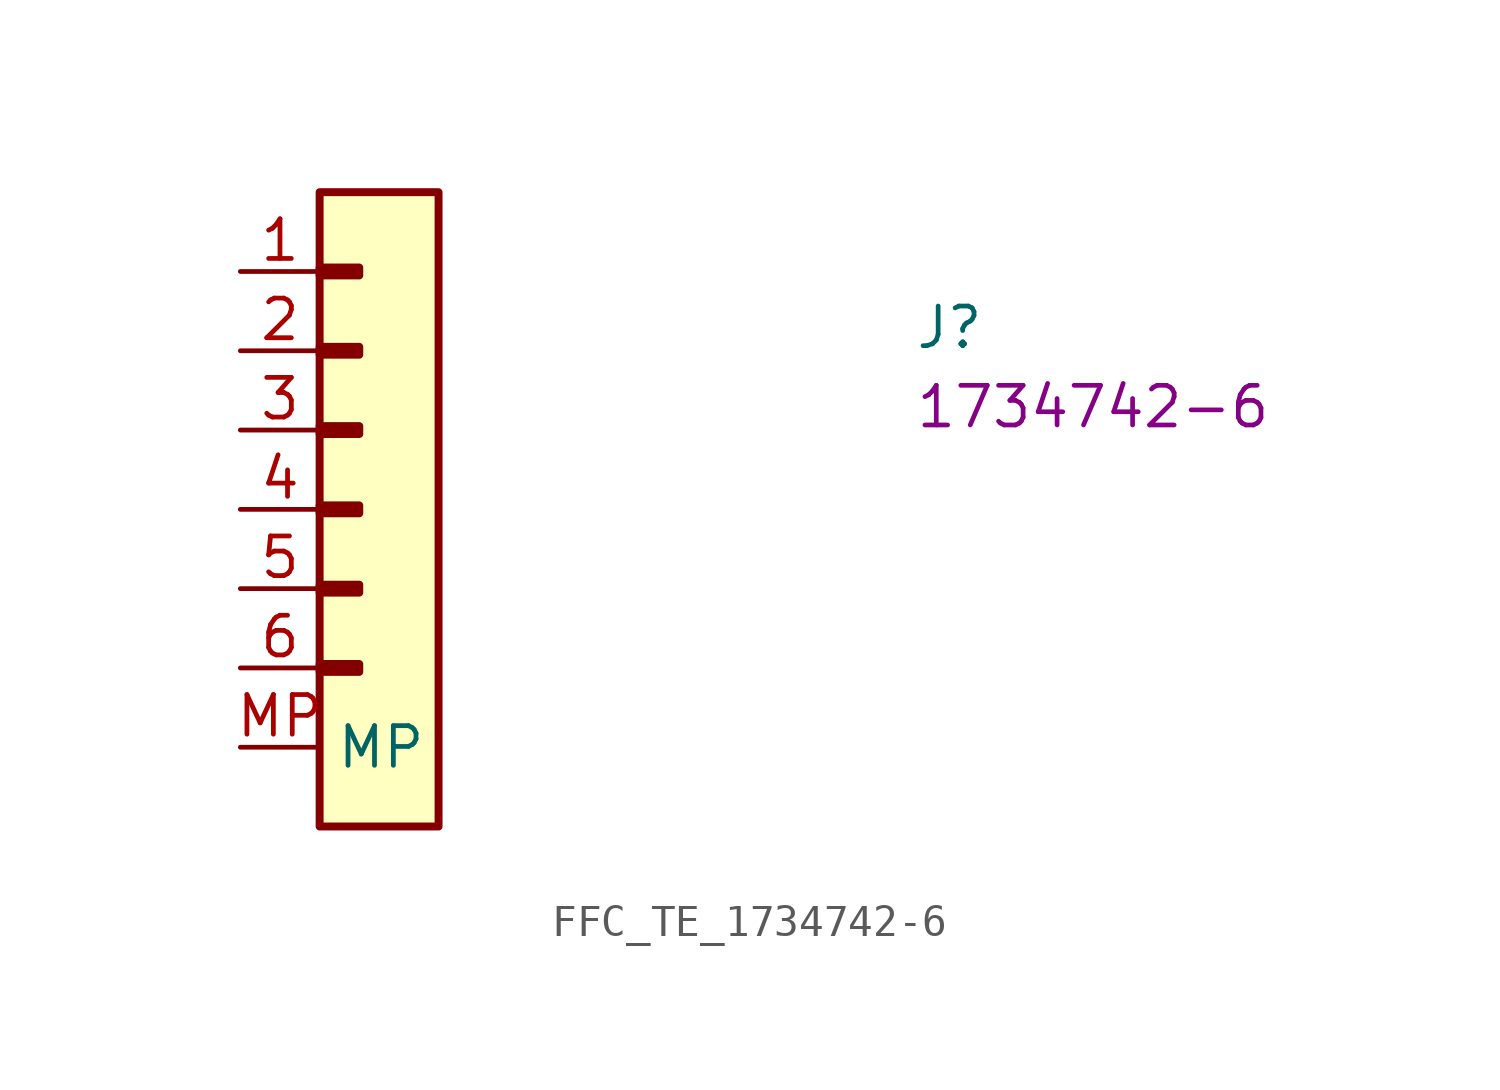
<source format=kicad_sym>
(kicad_symbol_lib
  (version 20220914)
  (generator kicad_symbol_editor)
  (symbol "FFC_TE_1734742-6"
    (property "Reference" "J"
      (at 21.59 -2.54 0)
      (effects (font (size 1.27 1.27) (thickness 0.15)) (justify left bottom)))
    (property "MPN" "1734742-6"
      (at 21.59 -5.08 0)
      (effects (font (size 1.27 1.27) (thickness 0.15)) (justify left bottom)))
    (symbol "FFC_TE_1734742-6_1_1"
      (rectangle (start 2.54 -12.573) (end 3.81 -12.827) (stroke (width 0.254) (type default)) (fill (type background)))
      (rectangle (start 2.54 -10.033) (end 3.81 -10.287) (stroke (width 0.254) (type default)) (fill (type background)))
      (rectangle (start 2.54 -7.493) (end 3.81 -7.747) (stroke (width 0.254) (type default)) (fill (type background)))
      (rectangle (start 2.54 -4.953) (end 3.81 -5.207) (stroke (width 0.254) (type default)) (fill (type background)))
      (rectangle (start 2.54 -2.413) (end 3.81 -2.667) (stroke (width 0.254) (type default)) (fill (type background)))
      (rectangle (start 2.54 0.127) (end 3.81 -0.127) (stroke (width 0.254) (type default)) (fill (type background)))
      (rectangle (start 2.54 2.54) (end 6.35 -17.78) (stroke (width 0.254) (type default)) (fill (type background)))
      (pin passive line (at 0 0 0) (length 2.54) (name "~" (effects (font (size 1.27 1.27)))) (number "1" (effects (font (size 1.27 1.27)))))
      (pin passive line (at 0 -2.54 0) (length 2.54) (name "~" (effects (font (size 1.27 1.27)))) (number "2" (effects (font (size 1.27 1.27)))))
      (pin passive line (at 0 -5.08 0) (length 2.54) (name "~" (effects (font (size 1.27 1.27)))) (number "3" (effects (font (size 1.27 1.27)))))
      (pin passive line (at 0 -7.62 0) (length 2.54) (name "~" (effects (font (size 1.27 1.27)))) (number "4" (effects (font (size 1.27 1.27)))))
      (pin passive line (at 0 -10.16 0) (length 2.54) (name "~" (effects (font (size 1.27 1.27)))) (number "5" (effects (font (size 1.27 1.27)))))
      (pin passive line (at 0 -12.7 0) (length 2.54) (name "~" (effects (font (size 1.27 1.27)))) (number "6" (effects (font (size 1.27 1.27)))))
      (pin passive line (at 0 -15.24 0) (length 2.54) (name "MP" (effects (font (size 1.27 1.27)))) (number "MP" (effects (font (size 1.27 1.27))))))))
</source>
